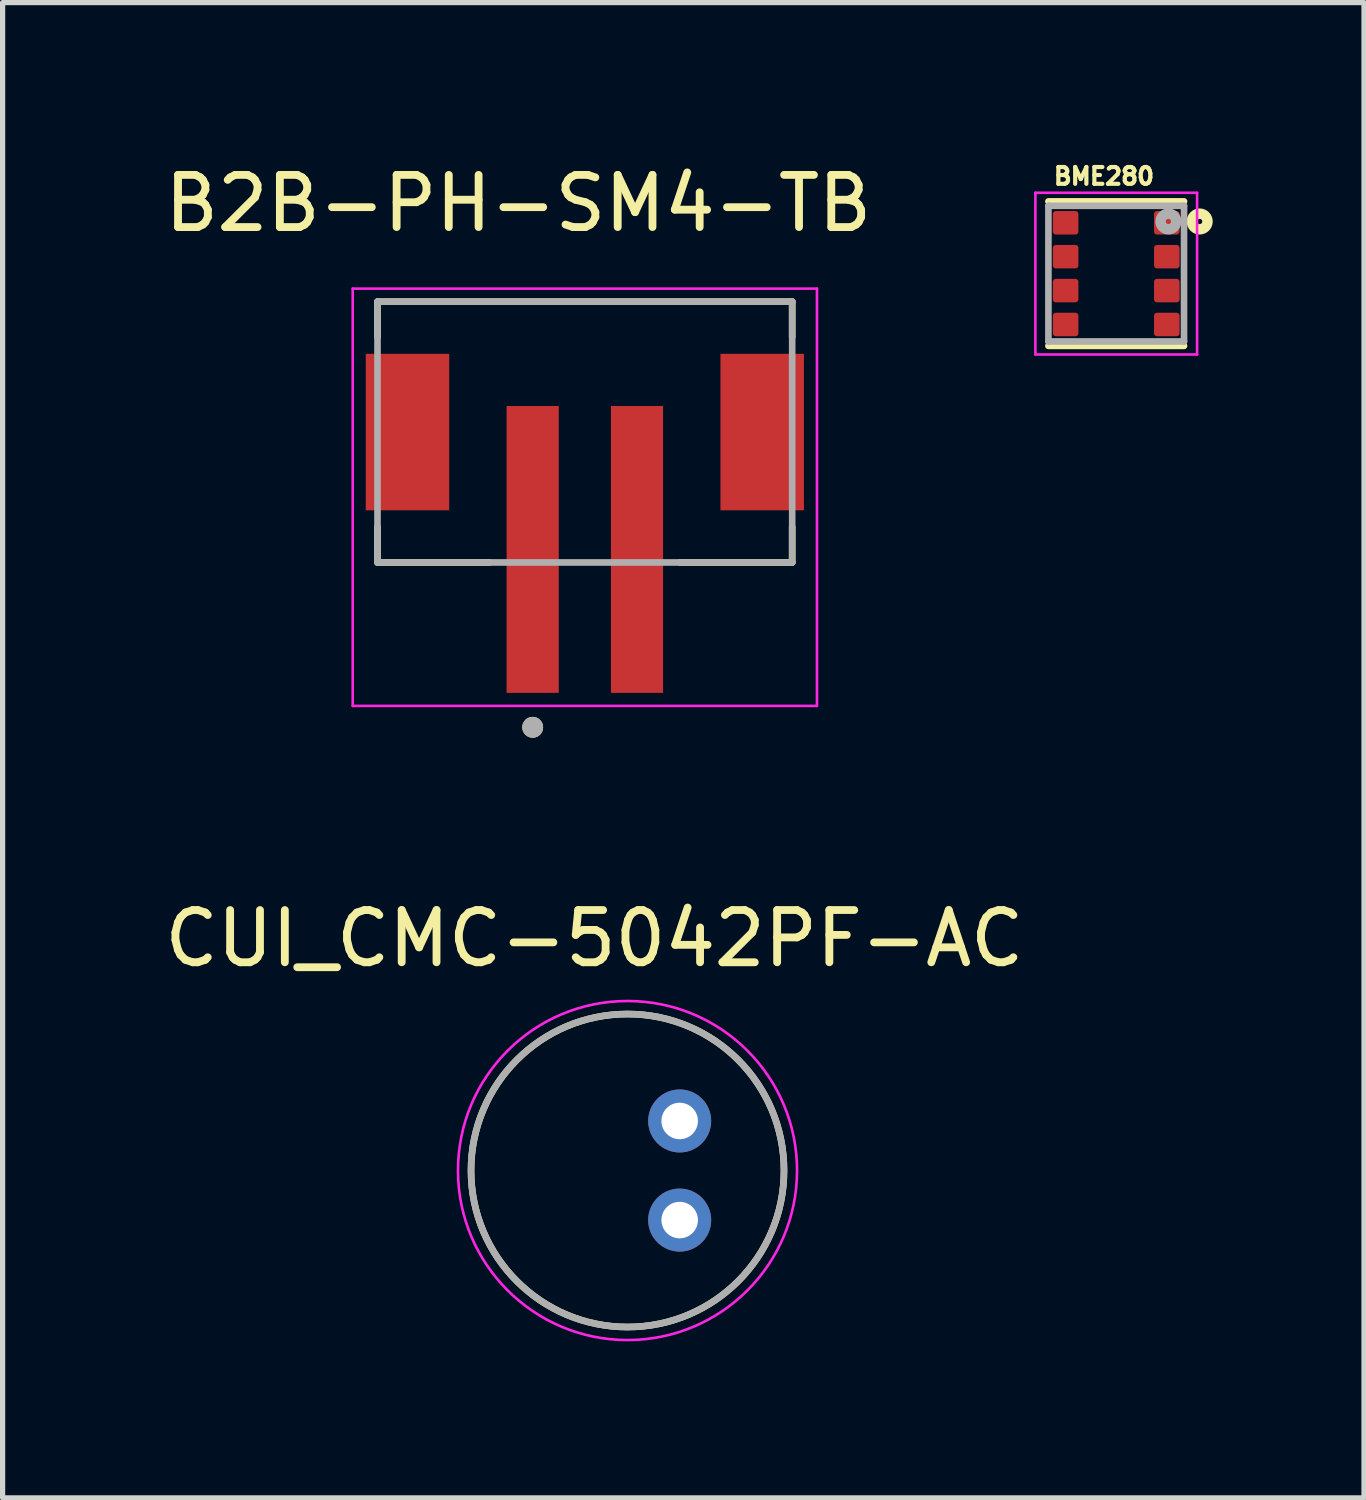
<source format=kicad_pcb>
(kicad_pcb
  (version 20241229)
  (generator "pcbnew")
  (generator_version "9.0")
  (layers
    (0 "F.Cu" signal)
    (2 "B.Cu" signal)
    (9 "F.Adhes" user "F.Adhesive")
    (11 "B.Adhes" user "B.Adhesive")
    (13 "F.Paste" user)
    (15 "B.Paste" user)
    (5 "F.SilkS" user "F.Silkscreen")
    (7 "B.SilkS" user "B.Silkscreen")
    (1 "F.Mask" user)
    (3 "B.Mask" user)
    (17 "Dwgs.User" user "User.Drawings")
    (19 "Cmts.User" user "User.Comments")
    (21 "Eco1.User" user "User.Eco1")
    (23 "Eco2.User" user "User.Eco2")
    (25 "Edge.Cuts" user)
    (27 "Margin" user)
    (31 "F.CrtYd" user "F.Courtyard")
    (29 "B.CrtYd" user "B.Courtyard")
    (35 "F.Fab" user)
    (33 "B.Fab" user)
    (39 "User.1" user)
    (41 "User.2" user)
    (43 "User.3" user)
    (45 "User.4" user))
  (footprint "B2B-PH-SM4-TB"
    (layer "F.Cu")
    (at 8.162 5.233)
    (property "Reference" "B2B-PH-SM4-TB" (at -1.275 -4.385 0) (layer "F.SilkS") (effects (font (size 1 1) (thickness 0.15))))
    (attr smd)
    (fp_line (start -3.975 -2.5) (end 3.975 -2.5) (stroke (width 0.127) (type solid)) (layer "F.SilkS"))
    (fp_line (start -3.975 -1.82) (end -3.975 -2.5) (stroke (width 0.127) (type solid)) (layer "F.SilkS"))
    (fp_line (start -3.975 2.5) (end -3.975 1.82) (stroke (width 0.127) (type solid)) (layer "F.SilkS"))
    (fp_line (start -1.82 2.5) (end -3.975 2.5) (stroke (width 0.127) (type solid)) (layer "F.SilkS"))
    (fp_line (start 3.975 -2.5) (end 3.975 -1.82) (stroke (width 0.127) (type solid)) (layer "F.SilkS"))
    (fp_line (start 3.975 2.5) (end 1.82 2.5) (stroke (width 0.127) (type solid)) (layer "F.SilkS"))
    (fp_line (start 3.975 2.5) (end 3.975 1.82) (stroke (width 0.127) (type solid)) (layer "F.SilkS"))
    (fp_circle (center -1 5.66) (end -0.9 5.66) (stroke (width 0.2) (type solid)) (fill no) (layer "F.SilkS"))
    (fp_line (start -4.45 -2.75) (end -4.45 5.25) (stroke (width 0.05) (type solid)) (layer "F.CrtYd"))
    (fp_line (start -4.45 5.25) (end 4.45 5.25) (stroke (width 0.05) (type solid)) (layer "F.CrtYd"))
    (fp_line (start 4.45 -2.75) (end -4.45 -2.75) (stroke (width 0.05) (type solid)) (layer "F.CrtYd"))
    (fp_line (start 4.45 5.25) (end 4.45 -2.75) (stroke (width 0.05) (type solid)) (layer "F.CrtYd"))
    (fp_line (start -3.975 -2.5) (end 3.975 -2.5) (stroke (width 0.127) (type solid)) (layer "F.Fab"))
    (fp_line (start -3.975 2.5) (end -3.975 -2.5) (stroke (width 0.127) (type solid)) (layer "F.Fab"))
    (fp_line (start 3.975 -2.5) (end 3.975 2.5) (stroke (width 0.127) (type solid)) (layer "F.Fab"))
    (fp_line (start 3.975 2.5) (end -3.975 2.5) (stroke (width 0.127) (type solid)) (layer "F.Fab"))
    (fp_circle (center -1 5.66) (end -0.9 5.66) (stroke (width 0.2) (type solid)) (fill no) (layer "F.Fab"))
    (pad "1" smd rect (at -1 2.25) (size 1 5.5) (layers "F.Cu" "F.Mask" "F.Paste"))
    (pad "2" smd rect (at 1 2.25) (size 1 5.5) (layers "F.Cu" "F.Mask" "F.Paste"))
    (pad "S1" smd rect (at -3.4 0) (size 1.6 3) (layers "F.Cu" "F.Mask" "F.Paste"))
    (pad "S2" smd rect (at 3.4 0) (size 1.6 3) (layers "F.Cu" "F.Mask" "F.Paste")))
  (footprint "BME280"
    (layer "F.Cu")
    (at 18.349 2.196)
    (property "Reference" "BME280" (at -0.235 -1.867 0) (layer "F.SilkS") (effects (font (size 0.322 0.322) (thickness 0.08))))
    (attr smd)
    (fp_line (start -1.3 -1.385) (end 1.3 -1.385) (stroke (width 0.127) (type solid)) (layer "F.SilkS"))
    (fp_line (start -1.3 1.385) (end 1.3 1.385) (stroke (width 0.127) (type solid)) (layer "F.SilkS"))
    (fp_circle (center 1.6 -1) (end 1.65 -1) (stroke (width 0.2) (type solid)) (fill no) (layer "F.SilkS"))
    (fp_line (start -1.55 -1.55) (end 1.55 -1.55) (stroke (width 0.05) (type solid)) (layer "F.CrtYd"))
    (fp_line (start -1.55 1.55) (end -1.55 -1.55) (stroke (width 0.05) (type solid)) (layer "F.CrtYd"))
    (fp_line (start 1.55 -1.55) (end 1.55 1.55) (stroke (width 0.05) (type solid)) (layer "F.CrtYd"))
    (fp_line (start 1.55 1.55) (end -1.55 1.55) (stroke (width 0.05) (type solid)) (layer "F.CrtYd"))
    (fp_line (start -1.3 -1.3) (end -1.3 1.3) (stroke (width 0.127) (type solid)) (layer "F.Fab"))
    (fp_line (start -1.3 1.3) (end 1.3 1.3) (stroke (width 0.127) (type solid)) (layer "F.Fab"))
    (fp_line (start 1.3 -1.3) (end -1.3 -1.3) (stroke (width 0.127) (type solid)) (layer "F.Fab"))
    (fp_line (start 1.3 1.3) (end 1.3 -1.3) (stroke (width 0.127) (type solid)) (layer "F.Fab"))
    (fp_circle (center 1 -1) (end 1.05 -1) (stroke (width 0.2) (type solid)) (fill no) (layer "F.Fab"))
    (pad "1" smd roundrect (at 0.97 -0.975) (size 0.49 0.45) (layers "F.Cu" "F.Mask" "F.Paste") (roundrect_rratio 0.125))
    (pad "2" smd roundrect (at 0.97 -0.325) (size 0.49 0.45) (layers "F.Cu" "F.Mask" "F.Paste") (roundrect_rratio 0.125))
    (pad "3" smd roundrect (at 0.97 0.325) (size 0.49 0.45) (layers "F.Cu" "F.Mask" "F.Paste") (roundrect_rratio 0.125))
    (pad "4" smd roundrect (at 0.97 0.975) (size 0.49 0.45) (layers "F.Cu" "F.Mask" "F.Paste") (roundrect_rratio 0.125))
    (pad "5" smd roundrect (at -0.97 0.975) (size 0.49 0.45) (layers "F.Cu" "F.Mask" "F.Paste") (roundrect_rratio 0.125))
    (pad "6" smd roundrect (at -0.97 0.325) (size 0.49 0.45) (layers "F.Cu" "F.Mask" "F.Paste") (roundrect_rratio 0.125))
    (pad "7" smd roundrect (at -0.97 -0.325) (size 0.49 0.45) (layers "F.Cu" "F.Mask" "F.Paste") (roundrect_rratio 0.125))
    (pad "8" smd roundrect (at -0.97 -0.975) (size 0.49 0.45) (layers "F.Cu" "F.Mask" "F.Paste") (roundrect_rratio 0.125)))
  (footprint "CUI_CMC-5042PF-AC"
    (layer "F.Cu")
    (at 8.98 19.39)
    (property "Reference" "CUI_CMC-5042PF-AC" (at -0.635 -4.448 0) (layer "F.SilkS") (effects (font (size 1.001 1.001) (thickness 0.15))))
    (attr through_hole)
    (fp_circle (center 0 0) (end 3 0) (stroke (width 0.127) (type solid)) (fill no) (layer "F.SilkS"))
    (fp_circle (center 0 0) (end 3.25 0) (stroke (width 0.05) (type solid)) (fill no) (layer "F.CrtYd"))
    (fp_circle (center 0 0) (end 3 0) (stroke (width 0.127) (type solid)) (fill no) (layer "F.Fab"))
    (pad "GND" thru_hole circle (at 1 -0.95) (size 1.208 1.208) (drill 0.7) (layers "*.Cu" "*.Mask"))
    (pad "OUT" thru_hole circle (at 1 0.95) (size 1.208 1.208) (drill 0.7) (layers "*.Cu" "*.Mask")))
  (gr_rect
    (start -3 -3)
    (end 23.099 25.665)
    (stroke (width 0.1) (type default))
    (fill no)
    (layer "Edge.Cuts")))
</source>
